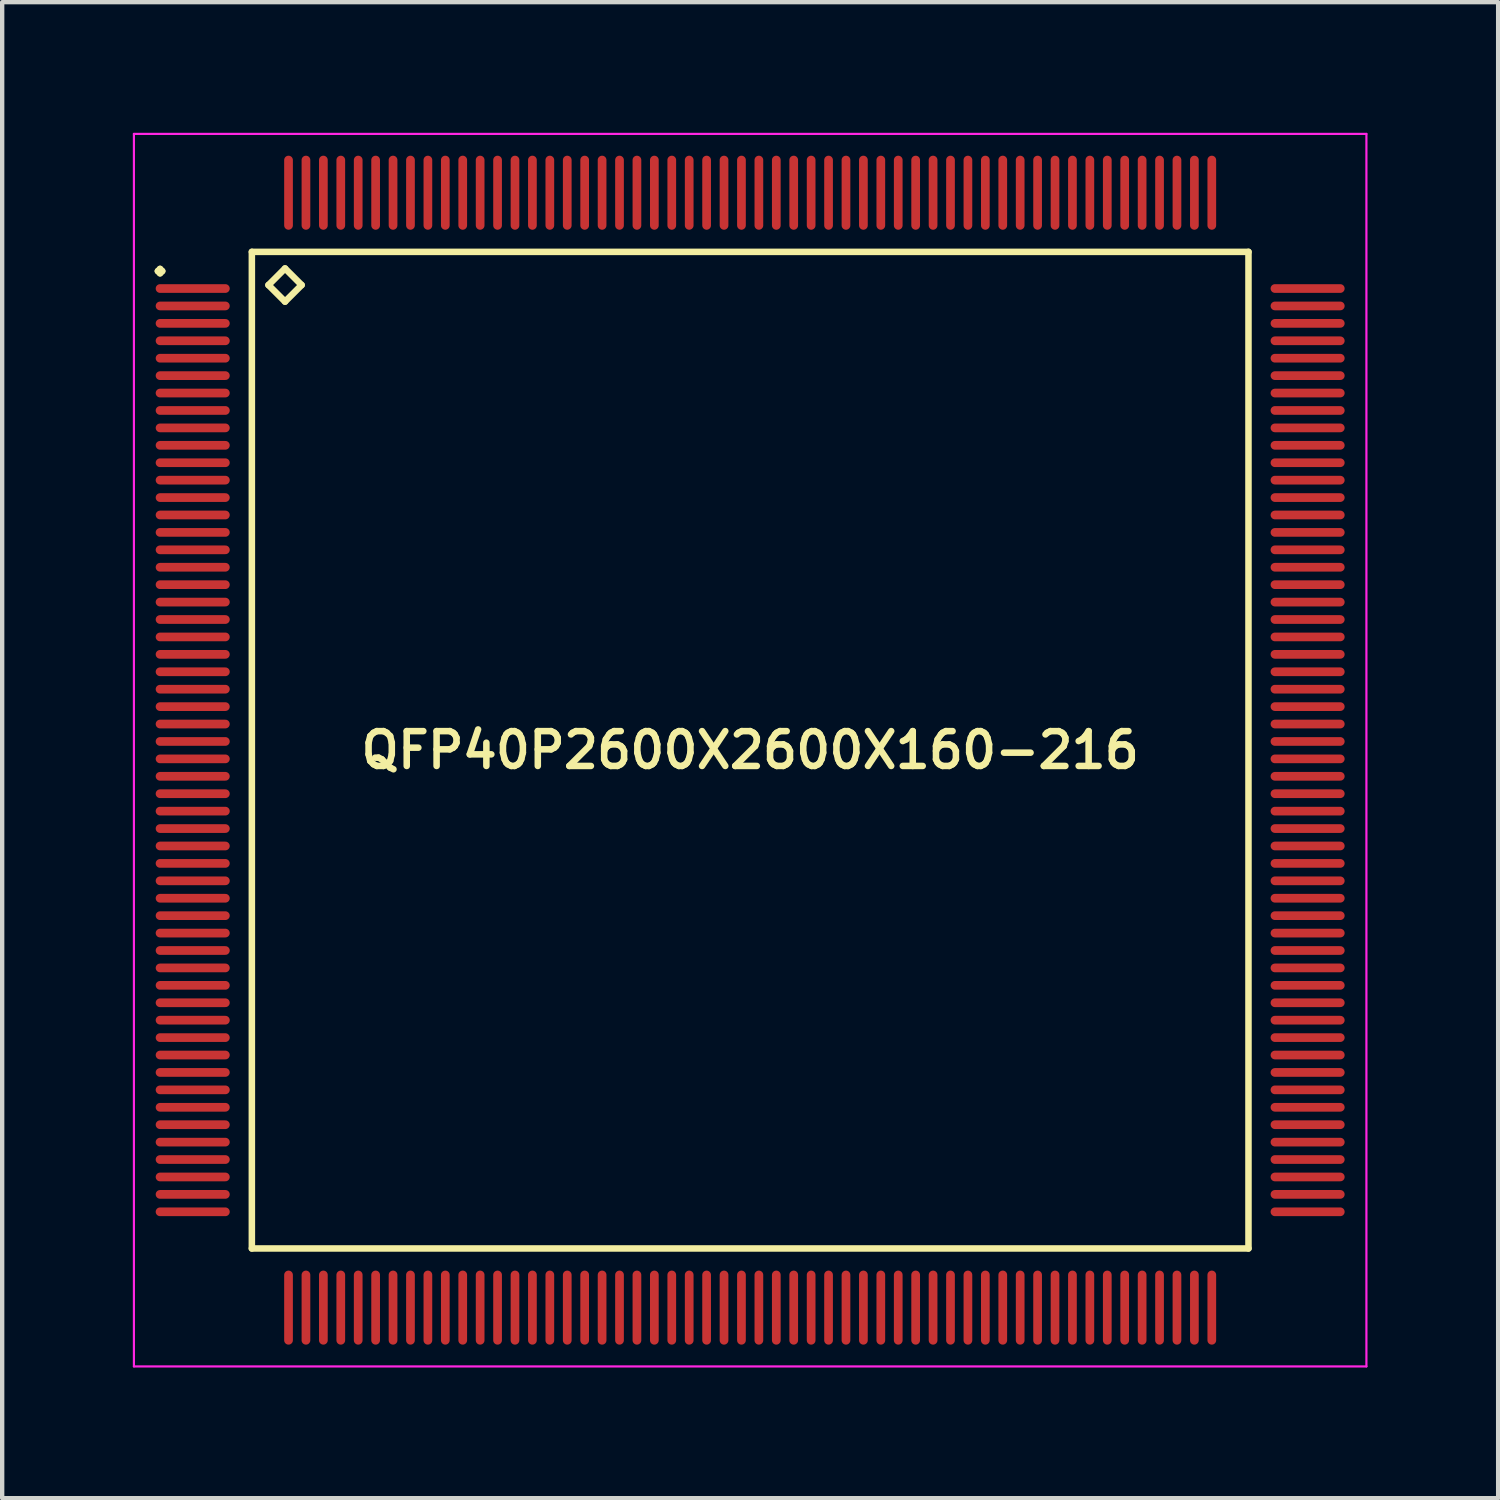
<source format=kicad_pcb>
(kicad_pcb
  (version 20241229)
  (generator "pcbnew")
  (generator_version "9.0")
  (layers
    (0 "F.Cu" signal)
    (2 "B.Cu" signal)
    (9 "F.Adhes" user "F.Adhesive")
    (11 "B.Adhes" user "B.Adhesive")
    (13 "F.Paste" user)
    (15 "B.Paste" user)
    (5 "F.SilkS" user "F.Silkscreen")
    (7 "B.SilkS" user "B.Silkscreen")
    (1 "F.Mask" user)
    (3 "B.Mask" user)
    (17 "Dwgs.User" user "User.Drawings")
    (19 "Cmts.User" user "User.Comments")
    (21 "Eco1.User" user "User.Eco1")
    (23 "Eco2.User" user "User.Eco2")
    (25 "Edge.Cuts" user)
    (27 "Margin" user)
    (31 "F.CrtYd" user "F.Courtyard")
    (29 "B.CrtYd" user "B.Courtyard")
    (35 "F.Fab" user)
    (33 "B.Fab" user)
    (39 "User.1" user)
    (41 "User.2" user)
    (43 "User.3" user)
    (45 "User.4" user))
  (footprint "QFP40P2600X2600X160-216"
    (layer "F.Cu")
    (at 14.175 14.175)
    (property "Reference" "QFP40P2600X2600X160-216" (at 0 0 0) (layer "F.SilkS") (effects (font (size 0.8 0.8) (thickness 0.15))))
    (attr smd)
    (fp_line (start -13.6 -11) (end -13.55 -11.05) (stroke (width 0.15) (type solid)) (layer "F.SilkS"))
    (fp_line (start -13.55 -11.05) (end -13.5 -11) (stroke (width 0.15) (type solid)) (layer "F.SilkS"))
    (fp_line (start -13.55 -10.95) (end -13.6 -11) (stroke (width 0.15) (type solid)) (layer "F.SilkS"))
    (fp_line (start -13.5 -11) (end -13.55 -10.95) (stroke (width 0.15) (type solid)) (layer "F.SilkS"))
    (fp_line (start -11.442 -11.442) (end -11.442 11.442) (stroke (width 0.15) (type solid)) (layer "F.SilkS"))
    (fp_line (start -11.442 11.442) (end 11.442 11.442) (stroke (width 0.15) (type solid)) (layer "F.SilkS"))
    (fp_line (start -11.061 -10.68) (end -10.68 -11.061) (stroke (width 0.15) (type solid)) (layer "F.SilkS"))
    (fp_line (start -10.68 -11.061) (end -10.299 -10.68) (stroke (width 0.15) (type solid)) (layer "F.SilkS"))
    (fp_line (start -10.68 -10.299) (end -11.061 -10.68) (stroke (width 0.15) (type solid)) (layer "F.SilkS"))
    (fp_line (start -10.299 -10.68) (end -10.68 -10.299) (stroke (width 0.15) (type solid)) (layer "F.SilkS"))
    (fp_line (start 11.442 -11.442) (end -11.442 -11.442) (stroke (width 0.15) (type solid)) (layer "F.SilkS"))
    (fp_line (start 11.442 11.442) (end 11.442 -11.442) (stroke (width 0.15) (type solid)) (layer "F.SilkS"))
    (fp_line (start -14.15 -14.15) (end 14.15 -14.15) (stroke (width 0.05) (type solid)) (layer "F.CrtYd"))
    (fp_line (start -14.15 14.15) (end -14.15 -14.15) (stroke (width 0.05) (type solid)) (layer "F.CrtYd"))
    (fp_line (start 14.15 -14.15) (end 14.15 14.15) (stroke (width 0.05) (type solid)) (layer "F.CrtYd"))
    (fp_line (start 14.15 14.15) (end -14.15 14.15) (stroke (width 0.05) (type solid)) (layer "F.CrtYd"))
    (pad "1" smd oval (at -12.8 -10.6) (size 1.7 0.2) (layers "F.Cu" "F.Mask" "F.Paste"))
    (pad "2" smd oval (at -12.8 -10.2) (size 1.7 0.2) (layers "F.Cu" "F.Mask" "F.Paste"))
    (pad "3" smd oval (at -12.8 -9.8) (size 1.7 0.2) (layers "F.Cu" "F.Mask" "F.Paste"))
    (pad "4" smd oval (at -12.8 -9.4) (size 1.7 0.2) (layers "F.Cu" "F.Mask" "F.Paste"))
    (pad "5" smd oval (at -12.8 -9) (size 1.7 0.2) (layers "F.Cu" "F.Mask" "F.Paste"))
    (pad "6" smd oval (at -12.8 -8.6) (size 1.7 0.2) (layers "F.Cu" "F.Mask" "F.Paste"))
    (pad "7" smd oval (at -12.8 -8.2) (size 1.7 0.2) (layers "F.Cu" "F.Mask" "F.Paste"))
    (pad "8" smd oval (at -12.8 -7.8) (size 1.7 0.2) (layers "F.Cu" "F.Mask" "F.Paste"))
    (pad "9" smd oval (at -12.8 -7.4) (size 1.7 0.2) (layers "F.Cu" "F.Mask" "F.Paste"))
    (pad "10" smd oval (at -12.8 -7) (size 1.7 0.2) (layers "F.Cu" "F.Mask" "F.Paste"))
    (pad "11" smd oval (at -12.8 -6.6) (size 1.7 0.2) (layers "F.Cu" "F.Mask" "F.Paste"))
    (pad "12" smd oval (at -12.8 -6.2) (size 1.7 0.2) (layers "F.Cu" "F.Mask" "F.Paste"))
    (pad "13" smd oval (at -12.8 -5.8) (size 1.7 0.2) (layers "F.Cu" "F.Mask" "F.Paste"))
    (pad "14" smd oval (at -12.8 -5.4) (size 1.7 0.2) (layers "F.Cu" "F.Mask" "F.Paste"))
    (pad "15" smd oval (at -12.8 -5) (size 1.7 0.2) (layers "F.Cu" "F.Mask" "F.Paste"))
    (pad "16" smd oval (at -12.8 -4.6) (size 1.7 0.2) (layers "F.Cu" "F.Mask" "F.Paste"))
    (pad "17" smd oval (at -12.8 -4.2) (size 1.7 0.2) (layers "F.Cu" "F.Mask" "F.Paste"))
    (pad "18" smd oval (at -12.8 -3.8) (size 1.7 0.2) (layers "F.Cu" "F.Mask" "F.Paste"))
    (pad "19" smd oval (at -12.8 -3.4) (size 1.7 0.2) (layers "F.Cu" "F.Mask" "F.Paste"))
    (pad "20" smd oval (at -12.8 -3) (size 1.7 0.2) (layers "F.Cu" "F.Mask" "F.Paste"))
    (pad "21" smd oval (at -12.8 -2.6) (size 1.7 0.2) (layers "F.Cu" "F.Mask" "F.Paste"))
    (pad "22" smd oval (at -12.8 -2.2) (size 1.7 0.2) (layers "F.Cu" "F.Mask" "F.Paste"))
    (pad "23" smd oval (at -12.8 -1.8) (size 1.7 0.2) (layers "F.Cu" "F.Mask" "F.Paste"))
    (pad "24" smd oval (at -12.8 -1.4) (size 1.7 0.2) (layers "F.Cu" "F.Mask" "F.Paste"))
    (pad "25" smd oval (at -12.8 -1) (size 1.7 0.2) (layers "F.Cu" "F.Mask" "F.Paste"))
    (pad "26" smd oval (at -12.8 -0.6) (size 1.7 0.2) (layers "F.Cu" "F.Mask" "F.Paste"))
    (pad "27" smd oval (at -12.8 -0.2) (size 1.7 0.2) (layers "F.Cu" "F.Mask" "F.Paste"))
    (pad "28" smd oval (at -12.8 0.2) (size 1.7 0.2) (layers "F.Cu" "F.Mask" "F.Paste"))
    (pad "29" smd oval (at -12.8 0.6) (size 1.7 0.2) (layers "F.Cu" "F.Mask" "F.Paste"))
    (pad "30" smd oval (at -12.8 1) (size 1.7 0.2) (layers "F.Cu" "F.Mask" "F.Paste"))
    (pad "31" smd oval (at -12.8 1.4) (size 1.7 0.2) (layers "F.Cu" "F.Mask" "F.Paste"))
    (pad "32" smd oval (at -12.8 1.8) (size 1.7 0.2) (layers "F.Cu" "F.Mask" "F.Paste"))
    (pad "33" smd oval (at -12.8 2.2) (size 1.7 0.2) (layers "F.Cu" "F.Mask" "F.Paste"))
    (pad "34" smd oval (at -12.8 2.6) (size 1.7 0.2) (layers "F.Cu" "F.Mask" "F.Paste"))
    (pad "35" smd oval (at -12.8 3) (size 1.7 0.2) (layers "F.Cu" "F.Mask" "F.Paste"))
    (pad "36" smd oval (at -12.8 3.4) (size 1.7 0.2) (layers "F.Cu" "F.Mask" "F.Paste"))
    (pad "37" smd oval (at -12.8 3.8) (size 1.7 0.2) (layers "F.Cu" "F.Mask" "F.Paste"))
    (pad "38" smd oval (at -12.8 4.2) (size 1.7 0.2) (layers "F.Cu" "F.Mask" "F.Paste"))
    (pad "39" smd oval (at -12.8 4.6) (size 1.7 0.2) (layers "F.Cu" "F.Mask" "F.Paste"))
    (pad "40" smd oval (at -12.8 5) (size 1.7 0.2) (layers "F.Cu" "F.Mask" "F.Paste"))
    (pad "41" smd oval (at -12.8 5.4) (size 1.7 0.2) (layers "F.Cu" "F.Mask" "F.Paste"))
    (pad "42" smd oval (at -12.8 5.8) (size 1.7 0.2) (layers "F.Cu" "F.Mask" "F.Paste"))
    (pad "43" smd oval (at -12.8 6.2) (size 1.7 0.2) (layers "F.Cu" "F.Mask" "F.Paste"))
    (pad "44" smd oval (at -12.8 6.6) (size 1.7 0.2) (layers "F.Cu" "F.Mask" "F.Paste"))
    (pad "45" smd oval (at -12.8 7) (size 1.7 0.2) (layers "F.Cu" "F.Mask" "F.Paste"))
    (pad "46" smd oval (at -12.8 7.4) (size 1.7 0.2) (layers "F.Cu" "F.Mask" "F.Paste"))
    (pad "47" smd oval (at -12.8 7.8) (size 1.7 0.2) (layers "F.Cu" "F.Mask" "F.Paste"))
    (pad "48" smd oval (at -12.8 8.2) (size 1.7 0.2) (layers "F.Cu" "F.Mask" "F.Paste"))
    (pad "49" smd oval (at -12.8 8.6) (size 1.7 0.2) (layers "F.Cu" "F.Mask" "F.Paste"))
    (pad "50" smd oval (at -12.8 9) (size 1.7 0.2) (layers "F.Cu" "F.Mask" "F.Paste"))
    (pad "51" smd oval (at -12.8 9.4) (size 1.7 0.2) (layers "F.Cu" "F.Mask" "F.Paste"))
    (pad "52" smd oval (at -12.8 9.8) (size 1.7 0.2) (layers "F.Cu" "F.Mask" "F.Paste"))
    (pad "53" smd oval (at -12.8 10.2) (size 1.7 0.2) (layers "F.Cu" "F.Mask" "F.Paste"))
    (pad "54" smd oval (at -12.8 10.6) (size 1.7 0.2) (layers "F.Cu" "F.Mask" "F.Paste"))
    (pad "55" smd oval (at -10.6 12.8) (size 0.2 1.7) (layers "F.Cu" "F.Mask" "F.Paste"))
    (pad "56" smd oval (at -10.2 12.8) (size 0.2 1.7) (layers "F.Cu" "F.Mask" "F.Paste"))
    (pad "57" smd oval (at -9.8 12.8) (size 0.2 1.7) (layers "F.Cu" "F.Mask" "F.Paste"))
    (pad "58" smd oval (at -9.4 12.8) (size 0.2 1.7) (layers "F.Cu" "F.Mask" "F.Paste"))
    (pad "59" smd oval (at -9 12.8) (size 0.2 1.7) (layers "F.Cu" "F.Mask" "F.Paste"))
    (pad "60" smd oval (at -8.6 12.8) (size 0.2 1.7) (layers "F.Cu" "F.Mask" "F.Paste"))
    (pad "61" smd oval (at -8.2 12.8) (size 0.2 1.7) (layers "F.Cu" "F.Mask" "F.Paste"))
    (pad "62" smd oval (at -7.8 12.8) (size 0.2 1.7) (layers "F.Cu" "F.Mask" "F.Paste"))
    (pad "63" smd oval (at -7.4 12.8) (size 0.2 1.7) (layers "F.Cu" "F.Mask" "F.Paste"))
    (pad "64" smd oval (at -7 12.8) (size 0.2 1.7) (layers "F.Cu" "F.Mask" "F.Paste"))
    (pad "65" smd oval (at -6.6 12.8) (size 0.2 1.7) (layers "F.Cu" "F.Mask" "F.Paste"))
    (pad "66" smd oval (at -6.2 12.8) (size 0.2 1.7) (layers "F.Cu" "F.Mask" "F.Paste"))
    (pad "67" smd oval (at -5.8 12.8) (size 0.2 1.7) (layers "F.Cu" "F.Mask" "F.Paste"))
    (pad "68" smd oval (at -5.4 12.8) (size 0.2 1.7) (layers "F.Cu" "F.Mask" "F.Paste"))
    (pad "69" smd oval (at -5 12.8) (size 0.2 1.7) (layers "F.Cu" "F.Mask" "F.Paste"))
    (pad "70" smd oval (at -4.6 12.8) (size 0.2 1.7) (layers "F.Cu" "F.Mask" "F.Paste"))
    (pad "71" smd oval (at -4.2 12.8) (size 0.2 1.7) (layers "F.Cu" "F.Mask" "F.Paste"))
    (pad "72" smd oval (at -3.8 12.8) (size 0.2 1.7) (layers "F.Cu" "F.Mask" "F.Paste"))
    (pad "73" smd oval (at -3.4 12.8) (size 0.2 1.7) (layers "F.Cu" "F.Mask" "F.Paste"))
    (pad "74" smd oval (at -3 12.8) (size 0.2 1.7) (layers "F.Cu" "F.Mask" "F.Paste"))
    (pad "75" smd oval (at -2.6 12.8) (size 0.2 1.7) (layers "F.Cu" "F.Mask" "F.Paste"))
    (pad "76" smd oval (at -2.2 12.8) (size 0.2 1.7) (layers "F.Cu" "F.Mask" "F.Paste"))
    (pad "77" smd oval (at -1.8 12.8) (size 0.2 1.7) (layers "F.Cu" "F.Mask" "F.Paste"))
    (pad "78" smd oval (at -1.4 12.8) (size 0.2 1.7) (layers "F.Cu" "F.Mask" "F.Paste"))
    (pad "79" smd oval (at -1 12.8) (size 0.2 1.7) (layers "F.Cu" "F.Mask" "F.Paste"))
    (pad "80" smd oval (at -0.6 12.8) (size 0.2 1.7) (layers "F.Cu" "F.Mask" "F.Paste"))
    (pad "81" smd oval (at -0.2 12.8) (size 0.2 1.7) (layers "F.Cu" "F.Mask" "F.Paste"))
    (pad "82" smd oval (at 0.2 12.8) (size 0.2 1.7) (layers "F.Cu" "F.Mask" "F.Paste"))
    (pad "83" smd oval (at 0.6 12.8) (size 0.2 1.7) (layers "F.Cu" "F.Mask" "F.Paste"))
    (pad "84" smd oval (at 1 12.8) (size 0.2 1.7) (layers "F.Cu" "F.Mask" "F.Paste"))
    (pad "85" smd oval (at 1.4 12.8) (size 0.2 1.7) (layers "F.Cu" "F.Mask" "F.Paste"))
    (pad "86" smd oval (at 1.8 12.8) (size 0.2 1.7) (layers "F.Cu" "F.Mask" "F.Paste"))
    (pad "87" smd oval (at 2.2 12.8) (size 0.2 1.7) (layers "F.Cu" "F.Mask" "F.Paste"))
    (pad "88" smd oval (at 2.6 12.8) (size 0.2 1.7) (layers "F.Cu" "F.Mask" "F.Paste"))
    (pad "89" smd oval (at 3 12.8) (size 0.2 1.7) (layers "F.Cu" "F.Mask" "F.Paste"))
    (pad "90" smd oval (at 3.4 12.8) (size 0.2 1.7) (layers "F.Cu" "F.Mask" "F.Paste"))
    (pad "91" smd oval (at 3.8 12.8) (size 0.2 1.7) (layers "F.Cu" "F.Mask" "F.Paste"))
    (pad "92" smd oval (at 4.2 12.8) (size 0.2 1.7) (layers "F.Cu" "F.Mask" "F.Paste"))
    (pad "93" smd oval (at 4.6 12.8) (size 0.2 1.7) (layers "F.Cu" "F.Mask" "F.Paste"))
    (pad "94" smd oval (at 5 12.8) (size 0.2 1.7) (layers "F.Cu" "F.Mask" "F.Paste"))
    (pad "95" smd oval (at 5.4 12.8) (size 0.2 1.7) (layers "F.Cu" "F.Mask" "F.Paste"))
    (pad "96" smd oval (at 5.8 12.8) (size 0.2 1.7) (layers "F.Cu" "F.Mask" "F.Paste"))
    (pad "97" smd oval (at 6.2 12.8) (size 0.2 1.7) (layers "F.Cu" "F.Mask" "F.Paste"))
    (pad "98" smd oval (at 6.6 12.8) (size 0.2 1.7) (layers "F.Cu" "F.Mask" "F.Paste"))
    (pad "99" smd oval (at 7 12.8) (size 0.2 1.7) (layers "F.Cu" "F.Mask" "F.Paste"))
    (pad "100" smd oval (at 7.4 12.8) (size 0.2 1.7) (layers "F.Cu" "F.Mask" "F.Paste"))
    (pad "101" smd oval (at 7.8 12.8) (size 0.2 1.7) (layers "F.Cu" "F.Mask" "F.Paste"))
    (pad "102" smd oval (at 8.2 12.8) (size 0.2 1.7) (layers "F.Cu" "F.Mask" "F.Paste"))
    (pad "103" smd oval (at 8.6 12.8) (size 0.2 1.7) (layers "F.Cu" "F.Mask" "F.Paste"))
    (pad "104" smd oval (at 9 12.8) (size 0.2 1.7) (layers "F.Cu" "F.Mask" "F.Paste"))
    (pad "105" smd oval (at 9.4 12.8) (size 0.2 1.7) (layers "F.Cu" "F.Mask" "F.Paste"))
    (pad "106" smd oval (at 9.8 12.8) (size 0.2 1.7) (layers "F.Cu" "F.Mask" "F.Paste"))
    (pad "107" smd oval (at 10.2 12.8) (size 0.2 1.7) (layers "F.Cu" "F.Mask" "F.Paste"))
    (pad "108" smd oval (at 10.6 12.8) (size 0.2 1.7) (layers "F.Cu" "F.Mask" "F.Paste"))
    (pad "109" smd oval (at 12.8 10.6) (size 1.7 0.2) (layers "F.Cu" "F.Mask" "F.Paste"))
    (pad "110" smd oval (at 12.8 10.2) (size 1.7 0.2) (layers "F.Cu" "F.Mask" "F.Paste"))
    (pad "111" smd oval (at 12.8 9.8) (size 1.7 0.2) (layers "F.Cu" "F.Mask" "F.Paste"))
    (pad "112" smd oval (at 12.8 9.4) (size 1.7 0.2) (layers "F.Cu" "F.Mask" "F.Paste"))
    (pad "113" smd oval (at 12.8 9) (size 1.7 0.2) (layers "F.Cu" "F.Mask" "F.Paste"))
    (pad "114" smd oval (at 12.8 8.6) (size 1.7 0.2) (layers "F.Cu" "F.Mask" "F.Paste"))
    (pad "115" smd oval (at 12.8 8.2) (size 1.7 0.2) (layers "F.Cu" "F.Mask" "F.Paste"))
    (pad "116" smd oval (at 12.8 7.8) (size 1.7 0.2) (layers "F.Cu" "F.Mask" "F.Paste"))
    (pad "117" smd oval (at 12.8 7.4) (size 1.7 0.2) (layers "F.Cu" "F.Mask" "F.Paste"))
    (pad "118" smd oval (at 12.8 7) (size 1.7 0.2) (layers "F.Cu" "F.Mask" "F.Paste"))
    (pad "119" smd oval (at 12.8 6.6) (size 1.7 0.2) (layers "F.Cu" "F.Mask" "F.Paste"))
    (pad "120" smd oval (at 12.8 6.2) (size 1.7 0.2) (layers "F.Cu" "F.Mask" "F.Paste"))
    (pad "121" smd oval (at 12.8 5.8) (size 1.7 0.2) (layers "F.Cu" "F.Mask" "F.Paste"))
    (pad "122" smd oval (at 12.8 5.4) (size 1.7 0.2) (layers "F.Cu" "F.Mask" "F.Paste"))
    (pad "123" smd oval (at 12.8 5) (size 1.7 0.2) (layers "F.Cu" "F.Mask" "F.Paste"))
    (pad "124" smd oval (at 12.8 4.6) (size 1.7 0.2) (layers "F.Cu" "F.Mask" "F.Paste"))
    (pad "125" smd oval (at 12.8 4.2) (size 1.7 0.2) (layers "F.Cu" "F.Mask" "F.Paste"))
    (pad "126" smd oval (at 12.8 3.8) (size 1.7 0.2) (layers "F.Cu" "F.Mask" "F.Paste"))
    (pad "127" smd oval (at 12.8 3.4) (size 1.7 0.2) (layers "F.Cu" "F.Mask" "F.Paste"))
    (pad "128" smd oval (at 12.8 3) (size 1.7 0.2) (layers "F.Cu" "F.Mask" "F.Paste"))
    (pad "129" smd oval (at 12.8 2.6) (size 1.7 0.2) (layers "F.Cu" "F.Mask" "F.Paste"))
    (pad "130" smd oval (at 12.8 2.2) (size 1.7 0.2) (layers "F.Cu" "F.Mask" "F.Paste"))
    (pad "131" smd oval (at 12.8 1.8) (size 1.7 0.2) (layers "F.Cu" "F.Mask" "F.Paste"))
    (pad "132" smd oval (at 12.8 1.4) (size 1.7 0.2) (layers "F.Cu" "F.Mask" "F.Paste"))
    (pad "133" smd oval (at 12.8 1) (size 1.7 0.2) (layers "F.Cu" "F.Mask" "F.Paste"))
    (pad "134" smd oval (at 12.8 0.6) (size 1.7 0.2) (layers "F.Cu" "F.Mask" "F.Paste"))
    (pad "135" smd oval (at 12.8 0.2) (size 1.7 0.2) (layers "F.Cu" "F.Mask" "F.Paste"))
    (pad "136" smd oval (at 12.8 -0.2) (size 1.7 0.2) (layers "F.Cu" "F.Mask" "F.Paste"))
    (pad "137" smd oval (at 12.8 -0.6) (size 1.7 0.2) (layers "F.Cu" "F.Mask" "F.Paste"))
    (pad "138" smd oval (at 12.8 -1) (size 1.7 0.2) (layers "F.Cu" "F.Mask" "F.Paste"))
    (pad "139" smd oval (at 12.8 -1.4) (size 1.7 0.2) (layers "F.Cu" "F.Mask" "F.Paste"))
    (pad "140" smd oval (at 12.8 -1.8) (size 1.7 0.2) (layers "F.Cu" "F.Mask" "F.Paste"))
    (pad "141" smd oval (at 12.8 -2.2) (size 1.7 0.2) (layers "F.Cu" "F.Mask" "F.Paste"))
    (pad "142" smd oval (at 12.8 -2.6) (size 1.7 0.2) (layers "F.Cu" "F.Mask" "F.Paste"))
    (pad "143" smd oval (at 12.8 -3) (size 1.7 0.2) (layers "F.Cu" "F.Mask" "F.Paste"))
    (pad "144" smd oval (at 12.8 -3.4) (size 1.7 0.2) (layers "F.Cu" "F.Mask" "F.Paste"))
    (pad "145" smd oval (at 12.8 -3.8) (size 1.7 0.2) (layers "F.Cu" "F.Mask" "F.Paste"))
    (pad "146" smd oval (at 12.8 -4.2) (size 1.7 0.2) (layers "F.Cu" "F.Mask" "F.Paste"))
    (pad "147" smd oval (at 12.8 -4.6) (size 1.7 0.2) (layers "F.Cu" "F.Mask" "F.Paste"))
    (pad "148" smd oval (at 12.8 -5) (size 1.7 0.2) (layers "F.Cu" "F.Mask" "F.Paste"))
    (pad "149" smd oval (at 12.8 -5.4) (size 1.7 0.2) (layers "F.Cu" "F.Mask" "F.Paste"))
    (pad "150" smd oval (at 12.8 -5.8) (size 1.7 0.2) (layers "F.Cu" "F.Mask" "F.Paste"))
    (pad "151" smd oval (at 12.8 -6.2) (size 1.7 0.2) (layers "F.Cu" "F.Mask" "F.Paste"))
    (pad "152" smd oval (at 12.8 -6.6) (size 1.7 0.2) (layers "F.Cu" "F.Mask" "F.Paste"))
    (pad "153" smd oval (at 12.8 -7) (size 1.7 0.2) (layers "F.Cu" "F.Mask" "F.Paste"))
    (pad "154" smd oval (at 12.8 -7.4) (size 1.7 0.2) (layers "F.Cu" "F.Mask" "F.Paste"))
    (pad "155" smd oval (at 12.8 -7.8) (size 1.7 0.2) (layers "F.Cu" "F.Mask" "F.Paste"))
    (pad "156" smd oval (at 12.8 -8.2) (size 1.7 0.2) (layers "F.Cu" "F.Mask" "F.Paste"))
    (pad "157" smd oval (at 12.8 -8.6) (size 1.7 0.2) (layers "F.Cu" "F.Mask" "F.Paste"))
    (pad "158" smd oval (at 12.8 -9) (size 1.7 0.2) (layers "F.Cu" "F.Mask" "F.Paste"))
    (pad "159" smd oval (at 12.8 -9.4) (size 1.7 0.2) (layers "F.Cu" "F.Mask" "F.Paste"))
    (pad "160" smd oval (at 12.8 -9.8) (size 1.7 0.2) (layers "F.Cu" "F.Mask" "F.Paste"))
    (pad "161" smd oval (at 12.8 -10.2) (size 1.7 0.2) (layers "F.Cu" "F.Mask" "F.Paste"))
    (pad "162" smd oval (at 12.8 -10.6) (size 1.7 0.2) (layers "F.Cu" "F.Mask" "F.Paste"))
    (pad "163" smd oval (at 10.6 -12.8) (size 0.2 1.7) (layers "F.Cu" "F.Mask" "F.Paste"))
    (pad "164" smd oval (at 10.2 -12.8) (size 0.2 1.7) (layers "F.Cu" "F.Mask" "F.Paste"))
    (pad "165" smd oval (at 9.8 -12.8) (size 0.2 1.7) (layers "F.Cu" "F.Mask" "F.Paste"))
    (pad "166" smd oval (at 9.4 -12.8) (size 0.2 1.7) (layers "F.Cu" "F.Mask" "F.Paste"))
    (pad "167" smd oval (at 9 -12.8) (size 0.2 1.7) (layers "F.Cu" "F.Mask" "F.Paste"))
    (pad "168" smd oval (at 8.6 -12.8) (size 0.2 1.7) (layers "F.Cu" "F.Mask" "F.Paste"))
    (pad "169" smd oval (at 8.2 -12.8) (size 0.2 1.7) (layers "F.Cu" "F.Mask" "F.Paste"))
    (pad "170" smd oval (at 7.8 -12.8) (size 0.2 1.7) (layers "F.Cu" "F.Mask" "F.Paste"))
    (pad "171" smd oval (at 7.4 -12.8) (size 0.2 1.7) (layers "F.Cu" "F.Mask" "F.Paste"))
    (pad "172" smd oval (at 7 -12.8) (size 0.2 1.7) (layers "F.Cu" "F.Mask" "F.Paste"))
    (pad "173" smd oval (at 6.6 -12.8) (size 0.2 1.7) (layers "F.Cu" "F.Mask" "F.Paste"))
    (pad "174" smd oval (at 6.2 -12.8) (size 0.2 1.7) (layers "F.Cu" "F.Mask" "F.Paste"))
    (pad "175" smd oval (at 5.8 -12.8) (size 0.2 1.7) (layers "F.Cu" "F.Mask" "F.Paste"))
    (pad "176" smd oval (at 5.4 -12.8) (size 0.2 1.7) (layers "F.Cu" "F.Mask" "F.Paste"))
    (pad "177" smd oval (at 5 -12.8) (size 0.2 1.7) (layers "F.Cu" "F.Mask" "F.Paste"))
    (pad "178" smd oval (at 4.6 -12.8) (size 0.2 1.7) (layers "F.Cu" "F.Mask" "F.Paste"))
    (pad "179" smd oval (at 4.2 -12.8) (size 0.2 1.7) (layers "F.Cu" "F.Mask" "F.Paste"))
    (pad "180" smd oval (at 3.8 -12.8) (size 0.2 1.7) (layers "F.Cu" "F.Mask" "F.Paste"))
    (pad "181" smd oval (at 3.4 -12.8) (size 0.2 1.7) (layers "F.Cu" "F.Mask" "F.Paste"))
    (pad "182" smd oval (at 3 -12.8) (size 0.2 1.7) (layers "F.Cu" "F.Mask" "F.Paste"))
    (pad "183" smd oval (at 2.6 -12.8) (size 0.2 1.7) (layers "F.Cu" "F.Mask" "F.Paste"))
    (pad "184" smd oval (at 2.2 -12.8) (size 0.2 1.7) (layers "F.Cu" "F.Mask" "F.Paste"))
    (pad "185" smd oval (at 1.8 -12.8) (size 0.2 1.7) (layers "F.Cu" "F.Mask" "F.Paste"))
    (pad "186" smd oval (at 1.4 -12.8) (size 0.2 1.7) (layers "F.Cu" "F.Mask" "F.Paste"))
    (pad "187" smd oval (at 1 -12.8) (size 0.2 1.7) (layers "F.Cu" "F.Mask" "F.Paste"))
    (pad "188" smd oval (at 0.6 -12.8) (size 0.2 1.7) (layers "F.Cu" "F.Mask" "F.Paste"))
    (pad "189" smd oval (at 0.2 -12.8) (size 0.2 1.7) (layers "F.Cu" "F.Mask" "F.Paste"))
    (pad "190" smd oval (at -0.2 -12.8) (size 0.2 1.7) (layers "F.Cu" "F.Mask" "F.Paste"))
    (pad "191" smd oval (at -0.6 -12.8) (size 0.2 1.7) (layers "F.Cu" "F.Mask" "F.Paste"))
    (pad "192" smd oval (at -1 -12.8) (size 0.2 1.7) (layers "F.Cu" "F.Mask" "F.Paste"))
    (pad "193" smd oval (at -1.4 -12.8) (size 0.2 1.7) (layers "F.Cu" "F.Mask" "F.Paste"))
    (pad "194" smd oval (at -1.8 -12.8) (size 0.2 1.7) (layers "F.Cu" "F.Mask" "F.Paste"))
    (pad "195" smd oval (at -2.2 -12.8) (size 0.2 1.7) (layers "F.Cu" "F.Mask" "F.Paste"))
    (pad "196" smd oval (at -2.6 -12.8) (size 0.2 1.7) (layers "F.Cu" "F.Mask" "F.Paste"))
    (pad "197" smd oval (at -3 -12.8) (size 0.2 1.7) (layers "F.Cu" "F.Mask" "F.Paste"))
    (pad "198" smd oval (at -3.4 -12.8) (size 0.2 1.7) (layers "F.Cu" "F.Mask" "F.Paste"))
    (pad "199" smd oval (at -3.8 -12.8) (size 0.2 1.7) (layers "F.Cu" "F.Mask" "F.Paste"))
    (pad "200" smd oval (at -4.2 -12.8) (size 0.2 1.7) (layers "F.Cu" "F.Mask" "F.Paste"))
    (pad "201" smd oval (at -4.6 -12.8) (size 0.2 1.7) (layers "F.Cu" "F.Mask" "F.Paste"))
    (pad "202" smd oval (at -5 -12.8) (size 0.2 1.7) (layers "F.Cu" "F.Mask" "F.Paste"))
    (pad "203" smd oval (at -5.4 -12.8) (size 0.2 1.7) (layers "F.Cu" "F.Mask" "F.Paste"))
    (pad "204" smd oval (at -5.8 -12.8) (size 0.2 1.7) (layers "F.Cu" "F.Mask" "F.Paste"))
    (pad "205" smd oval (at -6.2 -12.8) (size 0.2 1.7) (layers "F.Cu" "F.Mask" "F.Paste"))
    (pad "206" smd oval (at -6.6 -12.8) (size 0.2 1.7) (layers "F.Cu" "F.Mask" "F.Paste"))
    (pad "207" smd oval (at -7 -12.8) (size 0.2 1.7) (layers "F.Cu" "F.Mask" "F.Paste"))
    (pad "208" smd oval (at -7.4 -12.8) (size 0.2 1.7) (layers "F.Cu" "F.Mask" "F.Paste"))
    (pad "209" smd oval (at -7.8 -12.8) (size 0.2 1.7) (layers "F.Cu" "F.Mask" "F.Paste"))
    (pad "210" smd oval (at -8.2 -12.8) (size 0.2 1.7) (layers "F.Cu" "F.Mask" "F.Paste"))
    (pad "211" smd oval (at -8.6 -12.8) (size 0.2 1.7) (layers "F.Cu" "F.Mask" "F.Paste"))
    (pad "212" smd oval (at -9 -12.8) (size 0.2 1.7) (layers "F.Cu" "F.Mask" "F.Paste"))
    (pad "213" smd oval (at -9.4 -12.8) (size 0.2 1.7) (layers "F.Cu" "F.Mask" "F.Paste"))
    (pad "214" smd oval (at -9.8 -12.8) (size 0.2 1.7) (layers "F.Cu" "F.Mask" "F.Paste"))
    (pad "215" smd oval (at -10.2 -12.8) (size 0.2 1.7) (layers "F.Cu" "F.Mask" "F.Paste"))
    (pad "216" smd oval (at -10.6 -12.8) (size 0.2 1.7) (layers "F.Cu" "F.Mask" "F.Paste")))
  (gr_rect
    (start -3 -3)
    (end 31.35 31.35)
    (stroke (width 0.1) (type default))
    (fill no)
    (layer "Edge.Cuts")))
</source>
